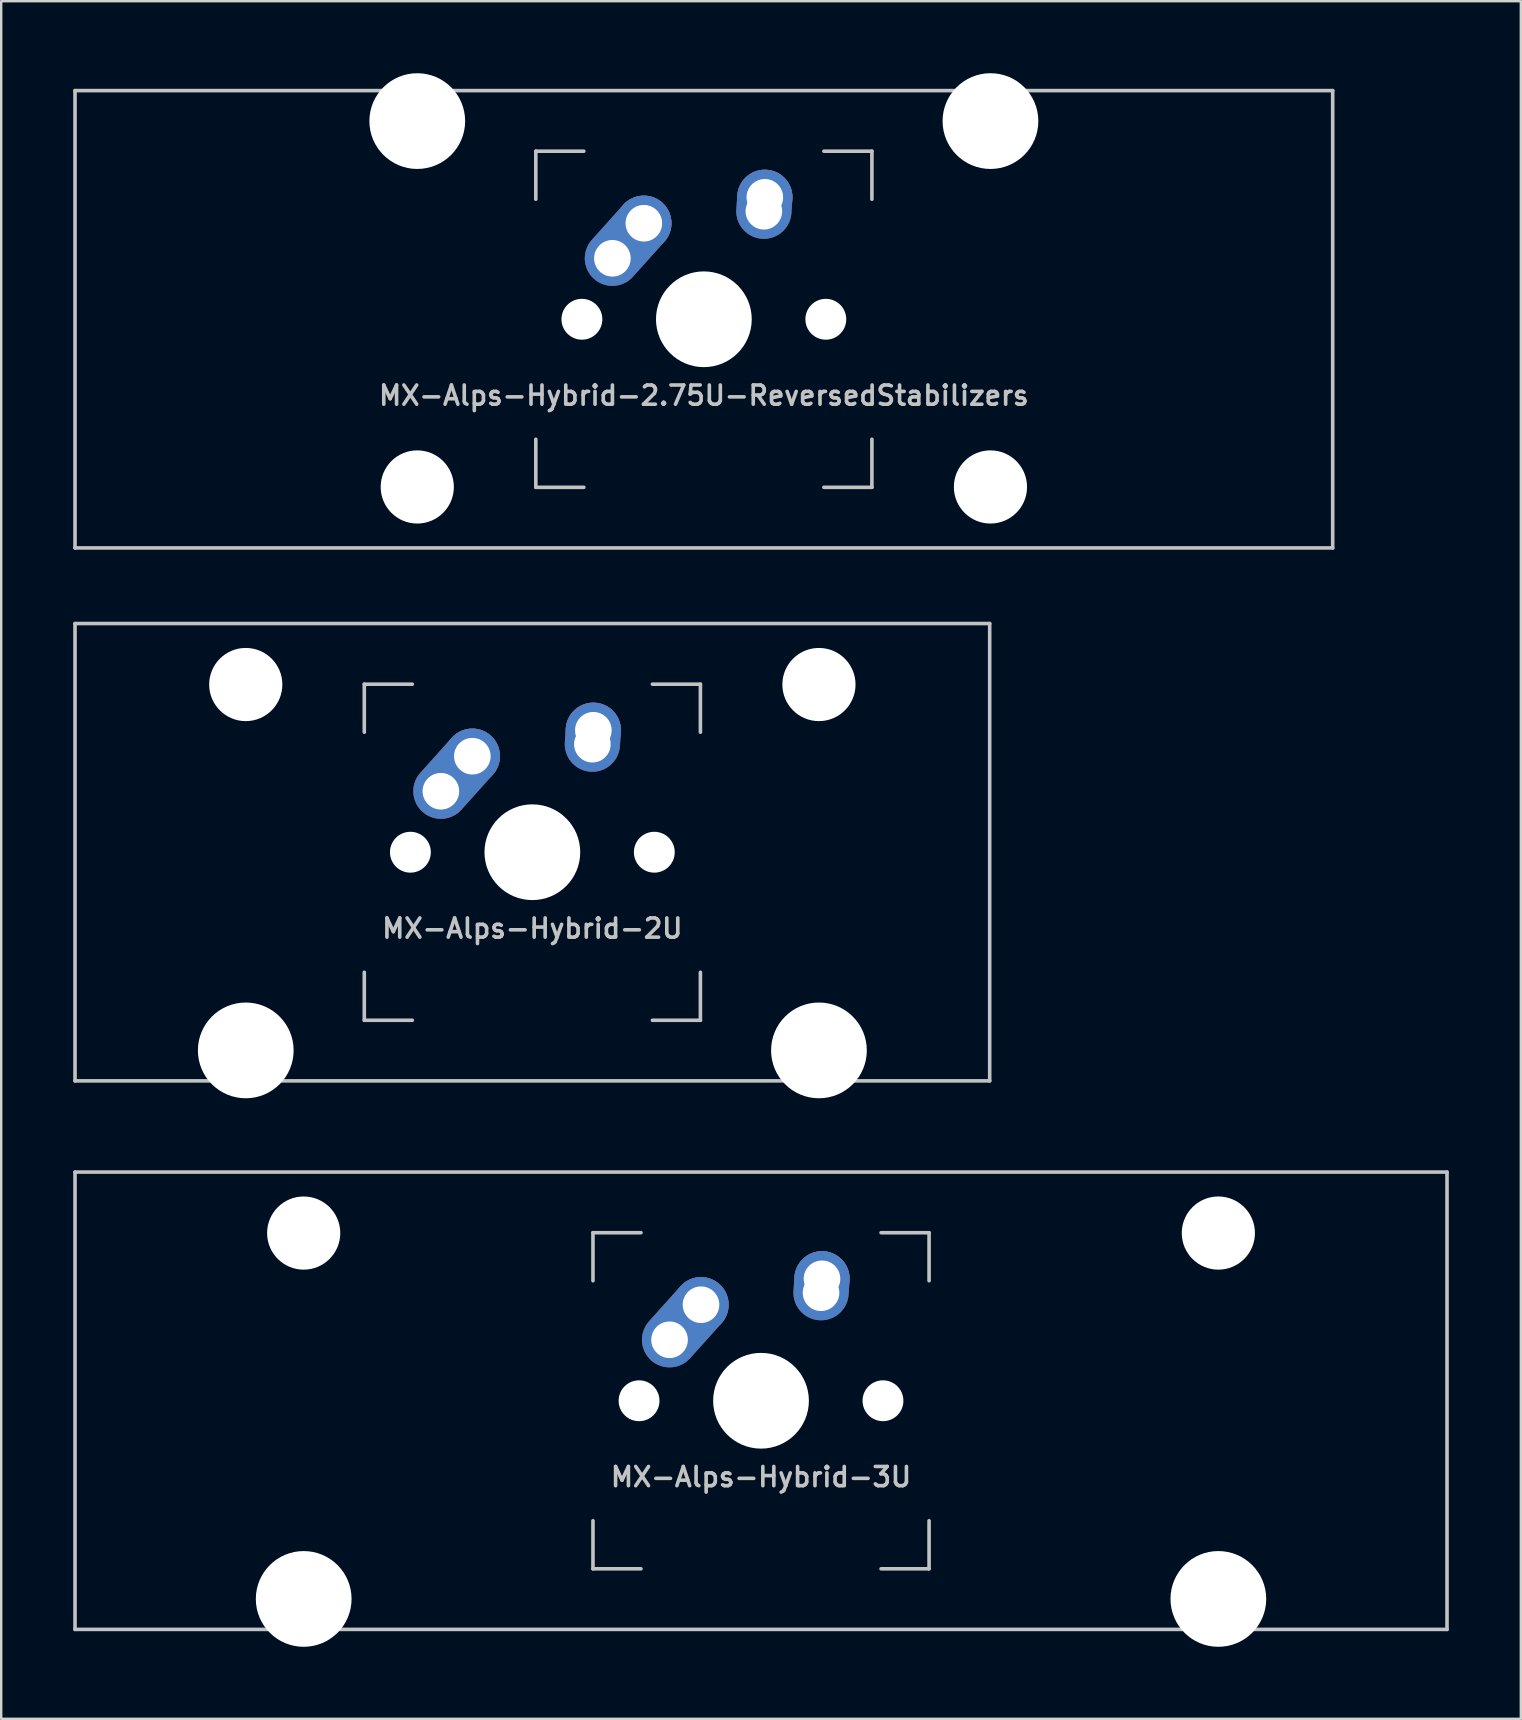
<source format=kicad_pcb>
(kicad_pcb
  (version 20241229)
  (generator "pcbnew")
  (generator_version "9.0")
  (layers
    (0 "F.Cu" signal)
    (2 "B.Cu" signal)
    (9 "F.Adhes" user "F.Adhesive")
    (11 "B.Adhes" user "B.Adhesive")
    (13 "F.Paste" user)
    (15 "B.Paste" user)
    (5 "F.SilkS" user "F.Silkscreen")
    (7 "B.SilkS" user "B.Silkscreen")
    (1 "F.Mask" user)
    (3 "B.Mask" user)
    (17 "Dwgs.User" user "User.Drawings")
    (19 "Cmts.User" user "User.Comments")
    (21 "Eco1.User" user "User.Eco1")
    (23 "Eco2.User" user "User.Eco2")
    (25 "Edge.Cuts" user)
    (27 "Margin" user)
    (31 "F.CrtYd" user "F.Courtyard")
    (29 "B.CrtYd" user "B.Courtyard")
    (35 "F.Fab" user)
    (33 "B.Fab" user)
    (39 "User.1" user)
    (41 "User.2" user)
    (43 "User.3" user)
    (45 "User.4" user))
  (footprint "MX-Alps-Hybrid-2U"
    (layer "F.Cu")
    (at 19.125 32.449)
    (property "Reference" "MX-Alps-Hybrid-2U" (at 0 3.175 0) (layer "Dwgs.User") (effects (font (size 0.8 0.8) (thickness 0.15))))
    (attr through_hole)
    (fp_line (start -19.05 9.525) (end -19.05 -9.525) (stroke (width 0.15) (type solid)) (layer "Dwgs.User"))
    (fp_line (start -7 -7) (end -7 -5) (stroke (width 0.15) (type solid)) (layer "Dwgs.User"))
    (fp_line (start -7 5) (end -7 7) (stroke (width 0.15) (type solid)) (layer "Dwgs.User"))
    (fp_line (start -7 7) (end -5 7) (stroke (width 0.15) (type solid)) (layer "Dwgs.User"))
    (fp_line (start -5 -7) (end -7 -7) (stroke (width 0.15) (type solid)) (layer "Dwgs.User"))
    (fp_line (start 5 -7) (end 7 -7) (stroke (width 0.15) (type solid)) (layer "Dwgs.User"))
    (fp_line (start 5 7) (end 7 7) (stroke (width 0.15) (type solid)) (layer "Dwgs.User"))
    (fp_line (start 7 -7) (end 7 -5) (stroke (width 0.15) (type solid)) (layer "Dwgs.User"))
    (fp_line (start 7 7) (end 7 5) (stroke (width 0.15) (type solid)) (layer "Dwgs.User"))
    (fp_line (start 19.05 -9.525) (end -19.05 -9.525) (stroke (width 0.15) (type solid)) (layer "Dwgs.User"))
    (fp_line (start 19.05 9.525) (end -19.05 9.525) (stroke (width 0.15) (type solid)) (layer "Dwgs.User"))
    (fp_line (start 19.05 9.525) (end 19.05 -9.525) (stroke (width 0.15) (type solid)) (layer "Dwgs.User"))
    (pad "" np_thru_hole circle (at -11.938 -6.985) (size 3.048 3.048) (drill 3.048) (layers "*.Cu" "*.Mask"))
    (pad "" np_thru_hole circle (at -11.938 8.255) (size 3.988 3.988) (drill 3.988) (layers "*.Cu" "*.Mask"))
    (pad "" np_thru_hole circle (at -5.08 0 48.099) (size 1.702 1.702) (drill 1.702) (layers "*.Cu" "*.Mask"))
    (pad "" np_thru_hole circle (at 0 0) (size 3.988 3.988) (drill 3.988) (layers "*.Cu" "*.Mask"))
    (pad "" np_thru_hole circle (at 5.08 0 48.099) (size 1.702 1.702) (drill 1.702) (layers "*.Cu" "*.Mask"))
    (pad "" np_thru_hole circle (at 11.938 -6.985) (size 3.048 3.048) (drill 3.048) (layers "*.Cu" "*.Mask"))
    (pad "" np_thru_hole circle (at 11.938 8.255) (size 3.988 3.988) (drill 3.988) (layers "*.Cu" "*.Mask"))
    (pad "1" thru_hole oval (at -3.81 -2.54 48.099) (size 4.262 2.3) (drill 1.524 (offset 0.981 0)) (layers "*.Cu" "B.Mask"))
    (pad "1" thru_hole circle (at -2.5 -4) (size 2.3 2.3) (drill 1.524) (layers "*.Cu" "B.Mask"))
    (pad "2" thru_hole oval (at 2.5 -4.5 86.054) (size 2.881 2.3) (drill 1.524 (offset 0.291 0)) (layers "*.Cu" "B.Mask"))
    (pad "2" thru_hole circle (at 2.54 -5.08) (size 2.3 2.3) (drill 1.524) (layers "*.Cu" "B.Mask")))
  (footprint "MX-Alps-Hybrid-2.75U-ReversedStabilizers"
    (layer "F.Cu")
    (at 26.269 10.249)
    (property "Reference" "MX-Alps-Hybrid-2.75U-ReversedStabilizers" (at 0 3.175 0) (layer "Dwgs.User") (effects (font (size 0.8 0.8) (thickness 0.15))))
    (attr through_hole)
    (fp_line (start -26.194 9.525) (end -26.194 -9.525) (stroke (width 0.15) (type solid)) (layer "Dwgs.User"))
    (fp_line (start -7 -7) (end -7 -5) (stroke (width 0.15) (type solid)) (layer "Dwgs.User"))
    (fp_line (start -7 5) (end -7 7) (stroke (width 0.15) (type solid)) (layer "Dwgs.User"))
    (fp_line (start -7 7) (end -5 7) (stroke (width 0.15) (type solid)) (layer "Dwgs.User"))
    (fp_line (start -5 -7) (end -7 -7) (stroke (width 0.15) (type solid)) (layer "Dwgs.User"))
    (fp_line (start 5 -7) (end 7 -7) (stroke (width 0.15) (type solid)) (layer "Dwgs.User"))
    (fp_line (start 5 7) (end 7 7) (stroke (width 0.15) (type solid)) (layer "Dwgs.User"))
    (fp_line (start 7 -7) (end 7 -5) (stroke (width 0.15) (type solid)) (layer "Dwgs.User"))
    (fp_line (start 7 7) (end 7 5) (stroke (width 0.15) (type solid)) (layer "Dwgs.User"))
    (fp_line (start 26.194 -9.525) (end -26.194 -9.525) (stroke (width 0.15) (type solid)) (layer "Dwgs.User"))
    (fp_line (start 26.194 9.525) (end -26.194 9.525) (stroke (width 0.15) (type solid)) (layer "Dwgs.User"))
    (fp_line (start 26.194 9.525) (end 26.194 -9.525) (stroke (width 0.15) (type solid)) (layer "Dwgs.User"))
    (pad "" np_thru_hole circle (at -11.938 -8.255) (size 3.988 3.988) (drill 3.988) (layers "*.Cu" "*.Mask"))
    (pad "" np_thru_hole circle (at -11.938 6.985) (size 3.048 3.048) (drill 3.048) (layers "*.Cu" "*.Mask"))
    (pad "" np_thru_hole circle (at -5.08 0 48.099) (size 1.702 1.702) (drill 1.702) (layers "*.Cu" "*.Mask"))
    (pad "" np_thru_hole circle (at 0 0) (size 3.988 3.988) (drill 3.988) (layers "*.Cu" "*.Mask"))
    (pad "" np_thru_hole circle (at 5.08 0 48.099) (size 1.702 1.702) (drill 1.702) (layers "*.Cu" "*.Mask"))
    (pad "" np_thru_hole circle (at 11.938 -8.255) (size 3.988 3.988) (drill 3.988) (layers "*.Cu" "*.Mask"))
    (pad "" np_thru_hole circle (at 11.938 6.985) (size 3.048 3.048) (drill 3.048) (layers "*.Cu" "*.Mask"))
    (pad "1" thru_hole oval (at -3.81 -2.54 48.099) (size 4.262 2.3) (drill 1.524 (offset 0.981 0)) (layers "*.Cu" "B.Mask"))
    (pad "1" thru_hole circle (at -2.5 -4) (size 2.3 2.3) (drill 1.524) (layers "*.Cu" "B.Mask"))
    (pad "2" thru_hole oval (at 2.5 -4.5 86.054) (size 2.881 2.3) (drill 1.524 (offset 0.291 0)) (layers "*.Cu" "B.Mask"))
    (pad "2" thru_hole circle (at 2.54 -5.08) (size 2.3 2.3) (drill 1.524) (layers "*.Cu" "B.Mask")))
  (footprint "MX-Alps-Hybrid-3U"
    (layer "F.Cu")
    (at 28.65 55.298)
    (property "Reference" "MX-Alps-Hybrid-3U" (at 0 3.175 0) (layer "Dwgs.User") (effects (font (size 0.8 0.8) (thickness 0.15))))
    (attr through_hole)
    (fp_line (start -28.575 9.525) (end -28.575 -9.525) (stroke (width 0.15) (type solid)) (layer "Dwgs.User"))
    (fp_line (start -7 -7) (end -7 -5) (stroke (width 0.15) (type solid)) (layer "Dwgs.User"))
    (fp_line (start -7 5) (end -7 7) (stroke (width 0.15) (type solid)) (layer "Dwgs.User"))
    (fp_line (start -7 7) (end -5 7) (stroke (width 0.15) (type solid)) (layer "Dwgs.User"))
    (fp_line (start -5 -7) (end -7 -7) (stroke (width 0.15) (type solid)) (layer "Dwgs.User"))
    (fp_line (start 5 -7) (end 7 -7) (stroke (width 0.15) (type solid)) (layer "Dwgs.User"))
    (fp_line (start 5 7) (end 7 7) (stroke (width 0.15) (type solid)) (layer "Dwgs.User"))
    (fp_line (start 7 -7) (end 7 -5) (stroke (width 0.15) (type solid)) (layer "Dwgs.User"))
    (fp_line (start 7 7) (end 7 5) (stroke (width 0.15) (type solid)) (layer "Dwgs.User"))
    (fp_line (start 28.575 -9.525) (end -28.575 -9.525) (stroke (width 0.15) (type solid)) (layer "Dwgs.User"))
    (fp_line (start 28.575 9.525) (end -28.575 9.525) (stroke (width 0.15) (type solid)) (layer "Dwgs.User"))
    (fp_line (start 28.575 9.525) (end 28.575 -9.525) (stroke (width 0.15) (type solid)) (layer "Dwgs.User"))
    (pad "" np_thru_hole circle (at -19.05 -6.985) (size 3.048 3.048) (drill 3.048) (layers "*.Cu" "*.Mask"))
    (pad "" np_thru_hole circle (at -19.05 8.255) (size 3.988 3.988) (drill 3.988) (layers "*.Cu" "*.Mask"))
    (pad "" np_thru_hole circle (at -5.08 0 48.099) (size 1.702 1.702) (drill 1.702) (layers "*.Cu" "*.Mask"))
    (pad "" np_thru_hole circle (at 0 0) (size 3.988 3.988) (drill 3.988) (layers "*.Cu" "*.Mask"))
    (pad "" np_thru_hole circle (at 5.08 0 48.099) (size 1.702 1.702) (drill 1.702) (layers "*.Cu" "*.Mask"))
    (pad "" np_thru_hole circle (at 19.05 -6.985) (size 3.048 3.048) (drill 3.048) (layers "*.Cu" "*.Mask"))
    (pad "" np_thru_hole circle (at 19.05 8.255) (size 3.988 3.988) (drill 3.988) (layers "*.Cu" "*.Mask"))
    (pad "1" thru_hole oval (at -3.81 -2.54 48.099) (size 4.262 2.3) (drill 1.524 (offset 0.981 0)) (layers "*.Cu" "B.Mask"))
    (pad "1" thru_hole circle (at -2.5 -4) (size 2.3 2.3) (drill 1.524) (layers "*.Cu" "B.Mask"))
    (pad "2" thru_hole oval (at 2.5 -4.5 86.054) (size 2.881 2.3) (drill 1.524 (offset 0.291 0)) (layers "*.Cu" "B.Mask"))
    (pad "2" thru_hole circle (at 2.54 -5.08) (size 2.3 2.3) (drill 1.524) (layers "*.Cu" "B.Mask")))
  (gr_rect
    (start -3 -3)
    (end 60.3 68.547)
    (stroke (width 0.1) (type default))
    (fill no)
    (layer "Edge.Cuts")))
</source>
